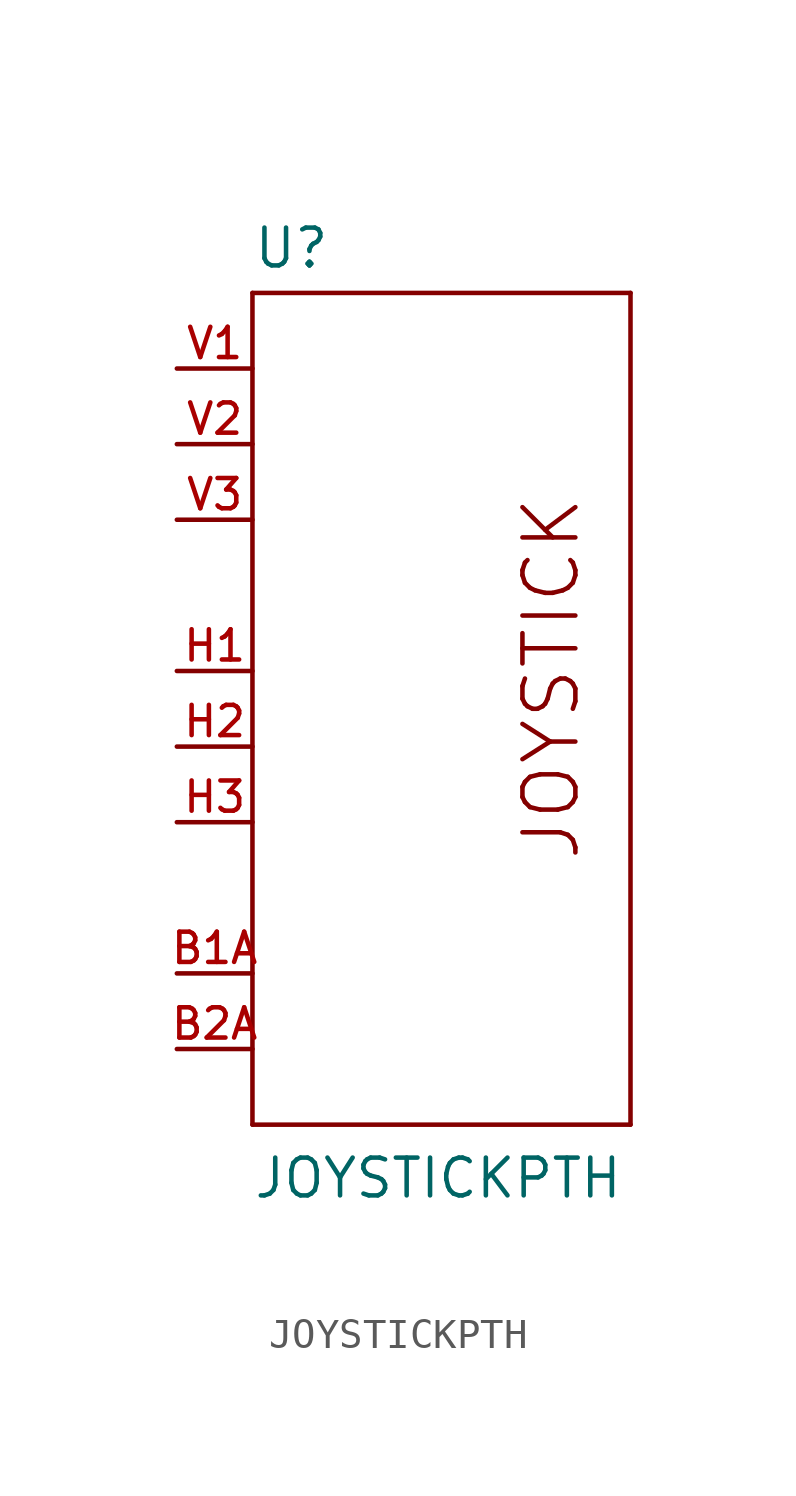
<source format=kicad_sym>
(kicad_symbol_lib
  (version 20220914)
  (generator kicad_symbol_editor)
  (symbol "JOYSTICKPTH"
    (pin_names
      (offset 1.016) hide)
    (property "Reference" "U"
      (at -7.62 13.462 0)
      (effects (font (size 1.27 1.27)) (justify left bottom)))
    (property "Value" "JOYSTICKPTH"
      (at -7.62 -17.78 0)
      (effects (font (size 1.27 1.27)) (justify left bottom)))
    (property "ki_locked" ""
      (at 0 0 0)
      (effects (font (size 1.27 1.27))))
    (symbol "JOYSTICKPTH_1_0"
      (polyline (pts (xy -7.62 -15.24) (xy -7.62 12.7)) (stroke (width 0) (type solid)) (fill (type none)))
      (polyline (pts (xy -7.62 12.7) (xy 5.08 12.7)) (stroke (width 0) (type solid)) (fill (type none)))
      (polyline (pts (xy 5.08 -15.24) (xy -7.62 -15.24)) (stroke (width 0) (type solid)) (fill (type none)))
      (polyline (pts (xy 5.08 12.7) (xy 5.08 -15.24)) (stroke (width 0) (type solid)) (fill (type none)))
      (text "JOYSTICK" (at 2.413 -0.254 900) (effects (font (size 1.778 1.778)))))
    (symbol "JOYSTICKPTH_1_1"
      (pin bidirectional line (at -10.16 -10.16 0) (length 2.54) (name "SEL+" (effects (font (size 1.016 1.016)))) (number "B1A" (effects (font (size 1.016 1.016)))))
      (pin bidirectional line (at -10.16 -12.7 0) (length 2.54) (name "SEL-" (effects (font (size 1.016 1.016)))) (number "B2A" (effects (font (size 1.016 1.016)))))
      (pin bidirectional line (at -10.16 0 0) (length 2.54) (name "H+" (effects (font (size 1.016 1.016)))) (number "H1" (effects (font (size 1.016 1.016)))))
      (pin bidirectional line (at -10.16 -2.54 0) (length 2.54) (name "H" (effects (font (size 1.016 1.016)))) (number "H2" (effects (font (size 1.016 1.016)))))
      (pin bidirectional line (at -10.16 -5.08 0) (length 2.54) (name "H-" (effects (font (size 1.016 1.016)))) (number "H3" (effects (font (size 1.016 1.016)))))
      (pin bidirectional line (at -10.16 10.16 0) (length 2.54) (name "V+" (effects (font (size 1.016 1.016)))) (number "V1" (effects (font (size 1.016 1.016)))))
      (pin bidirectional line (at -10.16 7.62 0) (length 2.54) (name "V" (effects (font (size 1.016 1.016)))) (number "V2" (effects (font (size 1.016 1.016)))))
      (pin bidirectional line (at -10.16 5.08 0) (length 2.54) (name "V-" (effects (font (size 1.016 1.016)))) (number "V3" (effects (font (size 1.016 1.016))))))))
</source>
